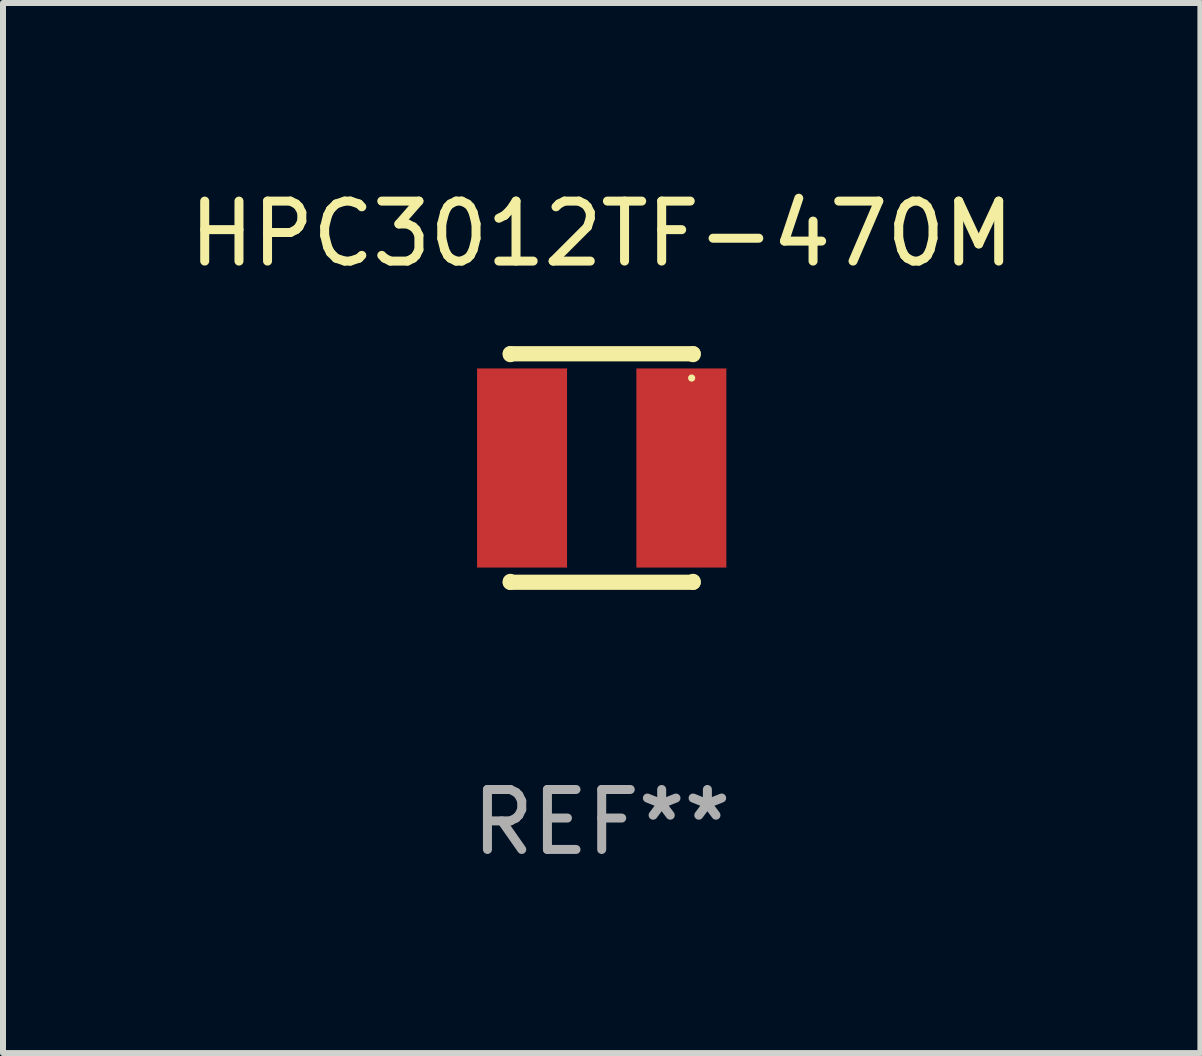
<source format=kicad_pcb>
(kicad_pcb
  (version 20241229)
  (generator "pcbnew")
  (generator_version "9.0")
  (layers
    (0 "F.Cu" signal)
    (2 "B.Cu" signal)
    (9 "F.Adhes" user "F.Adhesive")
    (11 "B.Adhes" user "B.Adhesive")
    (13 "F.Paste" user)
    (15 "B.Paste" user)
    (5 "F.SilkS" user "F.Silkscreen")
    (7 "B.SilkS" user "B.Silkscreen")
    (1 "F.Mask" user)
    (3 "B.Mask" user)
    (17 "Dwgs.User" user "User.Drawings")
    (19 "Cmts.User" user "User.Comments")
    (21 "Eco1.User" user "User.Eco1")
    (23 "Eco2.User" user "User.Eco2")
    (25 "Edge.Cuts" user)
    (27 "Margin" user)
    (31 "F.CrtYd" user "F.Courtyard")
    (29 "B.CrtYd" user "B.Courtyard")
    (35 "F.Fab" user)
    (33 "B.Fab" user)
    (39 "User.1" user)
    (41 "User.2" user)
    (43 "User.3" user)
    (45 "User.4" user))
  (footprint "HPC3012TF-470M"
    (layer "F.Cu")
    (at 6.982 4.753)
    (property "Reference" "HPC3012TF-470M" (at 0 -3.905 0) (layer "F.SilkS") (effects (font (size 1 1) (thickness 0.15))))
    (attr through_hole)
    (fp_line (start -1.524 -1.905) (end 1.524 -1.905) (stroke (width 0.254) (type solid)) (layer "F.SilkS"))
    (fp_line (start -1.524 -1.891) (end -1.524 -1.905) (stroke (width 0.254) (type solid)) (layer "F.SilkS"))
    (fp_line (start -1.524 1.905) (end -1.524 1.891) (stroke (width 0.254) (type solid)) (layer "F.SilkS"))
    (fp_line (start -1.524 1.905) (end 1.524 1.905) (stroke (width 0.254) (type solid)) (layer "F.SilkS"))
    (fp_line (start 1.524 -1.905) (end 1.524 -1.891) (stroke (width 0.254) (type solid)) (layer "F.SilkS"))
    (fp_line (start 1.524 1.891) (end 1.524 1.905) (stroke (width 0.254) (type solid)) (layer "F.SilkS"))
    (fp_circle (center 1.5 -1.5) (end 1.53 -1.5) (stroke (width 0.06) (type solid)) (fill no) (layer "F.SilkS"))
    (fp_text user "REF**" (at 0 5.905 0) (layer "F.Fab") (effects (font (size 1 1) (thickness 0.15))))
    (pad "1" smd rect (at 1.328 0) (size 1.5 3.32) (layers "F.Cu" "F.Mask" "F.Paste"))
    (pad "2" smd rect (at -1.328 0) (size 1.5 3.32) (layers "F.Cu" "F.Mask" "F.Paste")))
  (gr_rect
    (start -3 -3)
    (end 16.964 14.507)
    (stroke (width 0.1) (type default))
    (fill no)
    (layer "Edge.Cuts")))
</source>
